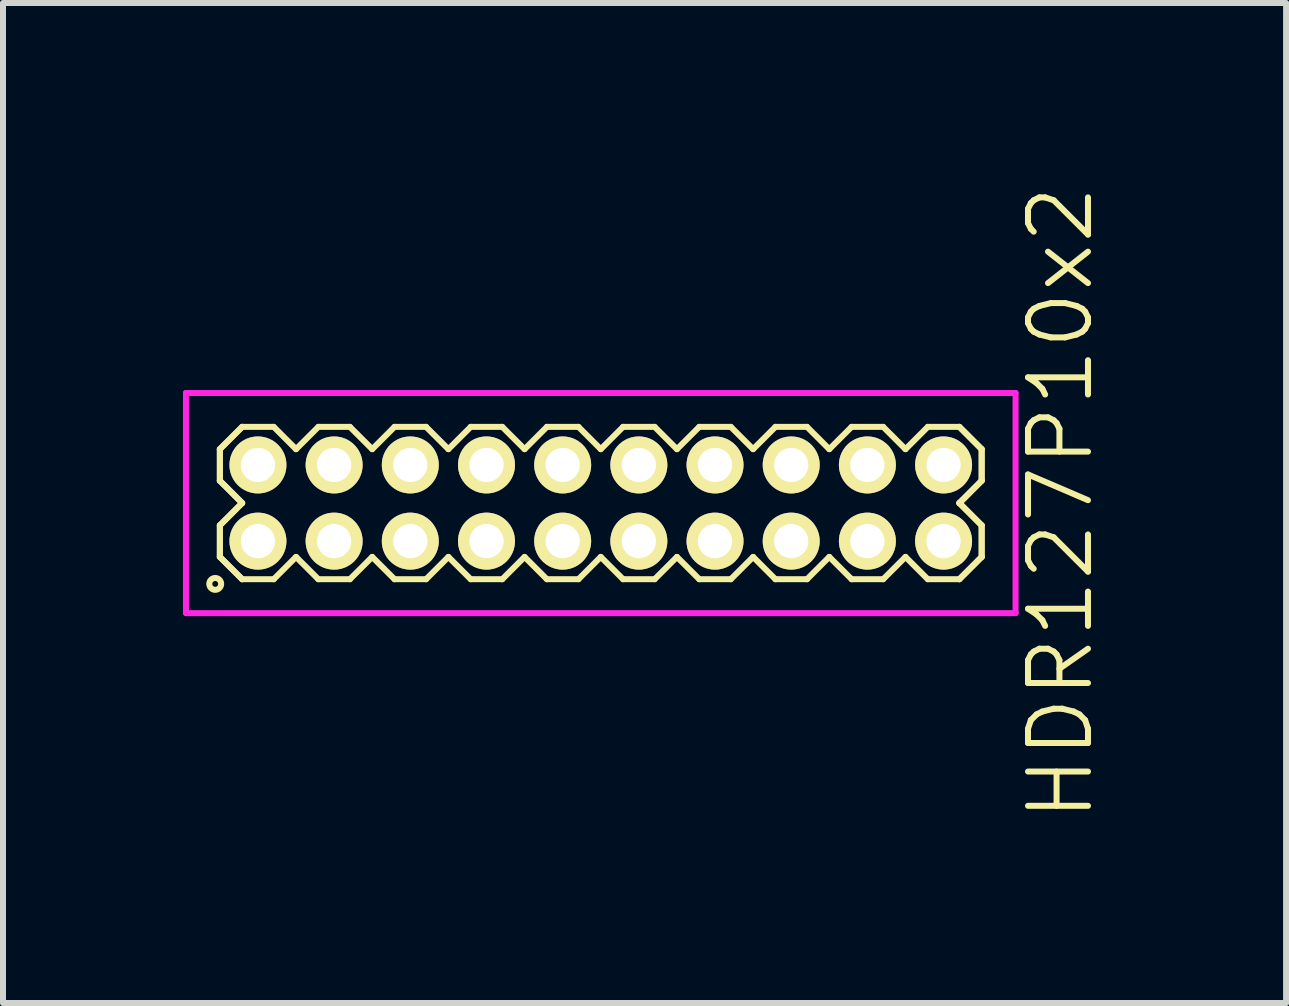
<source format=kicad_pcb>
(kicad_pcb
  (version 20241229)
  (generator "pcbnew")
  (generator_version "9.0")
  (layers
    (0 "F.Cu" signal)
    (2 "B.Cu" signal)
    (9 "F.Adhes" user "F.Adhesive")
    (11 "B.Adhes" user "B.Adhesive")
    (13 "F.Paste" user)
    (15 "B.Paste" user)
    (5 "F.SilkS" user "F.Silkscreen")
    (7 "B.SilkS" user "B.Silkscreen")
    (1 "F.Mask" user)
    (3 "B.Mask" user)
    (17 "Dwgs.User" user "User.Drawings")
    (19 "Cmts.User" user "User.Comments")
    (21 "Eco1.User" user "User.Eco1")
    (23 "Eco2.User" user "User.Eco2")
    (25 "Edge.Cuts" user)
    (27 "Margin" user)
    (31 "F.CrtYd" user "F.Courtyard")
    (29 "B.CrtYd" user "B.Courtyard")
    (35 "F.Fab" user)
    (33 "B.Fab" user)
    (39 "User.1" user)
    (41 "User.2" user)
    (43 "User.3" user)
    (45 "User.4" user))
  (footprint "HDR127P10x2"
    (layer "F.Cu")
    (at 6.965 5.336)
    (property "Reference" "HDR127P10x2" (at 7.665 0 90) (layer "F.SilkS") (effects (font (size 1 1) (thickness 0.1))))
    (attr through_hole)
    (fp_line (start -6.35 -0.898) (end -5.978 -1.27) (stroke (width 0.1) (type solid)) (layer "F.SilkS"))
    (fp_line (start -6.35 -0.898) (end -5.978 -1.27) (stroke (width 0.1) (type solid)) (layer "F.SilkS"))
    (fp_line (start -6.35 -0.372) (end -6.35 -0.898) (stroke (width 0.1) (type solid)) (layer "F.SilkS"))
    (fp_line (start -6.35 -0.372) (end -6.35 -0.898) (stroke (width 0.1) (type solid)) (layer "F.SilkS"))
    (fp_line (start -6.35 0.372) (end -5.978 0) (stroke (width 0.1) (type solid)) (layer "F.SilkS"))
    (fp_line (start -6.35 0.372) (end -5.978 0) (stroke (width 0.1) (type solid)) (layer "F.SilkS"))
    (fp_line (start -6.35 0.898) (end -6.35 0.372) (stroke (width 0.1) (type solid)) (layer "F.SilkS"))
    (fp_line (start -6.35 0.898) (end -6.35 0.372) (stroke (width 0.1) (type solid)) (layer "F.SilkS"))
    (fp_line (start -5.978 -1.27) (end -5.452 -1.27) (stroke (width 0.1) (type solid)) (layer "F.SilkS"))
    (fp_line (start -5.978 0) (end -6.35 -0.372) (stroke (width 0.1) (type solid)) (layer "F.SilkS"))
    (fp_line (start -5.978 0) (end -6.35 -0.372) (stroke (width 0.1) (type solid)) (layer "F.SilkS"))
    (fp_line (start -5.978 1.27) (end -6.35 0.898) (stroke (width 0.1) (type solid)) (layer "F.SilkS"))
    (fp_line (start -5.978 1.27) (end -6.35 0.898) (stroke (width 0.1) (type solid)) (layer "F.SilkS"))
    (fp_line (start -5.452 -1.27) (end -5.08 -0.898) (stroke (width 0.1) (type solid)) (layer "F.SilkS"))
    (fp_line (start -5.452 1.27) (end -5.978 1.27) (stroke (width 0.1) (type solid)) (layer "F.SilkS"))
    (fp_line (start -5.08 -0.898) (end -4.708 -1.27) (stroke (width 0.1) (type solid)) (layer "F.SilkS"))
    (fp_line (start -5.08 0.898) (end -5.452 1.27) (stroke (width 0.1) (type solid)) (layer "F.SilkS"))
    (fp_line (start -4.708 -1.27) (end -4.182 -1.27) (stroke (width 0.1) (type solid)) (layer "F.SilkS"))
    (fp_line (start -4.708 1.27) (end -5.08 0.898) (stroke (width 0.1) (type solid)) (layer "F.SilkS"))
    (fp_line (start -4.182 -1.27) (end -3.81 -0.898) (stroke (width 0.1) (type solid)) (layer "F.SilkS"))
    (fp_line (start -4.182 1.27) (end -4.708 1.27) (stroke (width 0.1) (type solid)) (layer "F.SilkS"))
    (fp_line (start -3.81 -0.898) (end -3.438 -1.27) (stroke (width 0.1) (type solid)) (layer "F.SilkS"))
    (fp_line (start -3.81 0.898) (end -4.182 1.27) (stroke (width 0.1) (type solid)) (layer "F.SilkS"))
    (fp_line (start -3.438 -1.27) (end -2.912 -1.27) (stroke (width 0.1) (type solid)) (layer "F.SilkS"))
    (fp_line (start -3.438 1.27) (end -3.81 0.898) (stroke (width 0.1) (type solid)) (layer "F.SilkS"))
    (fp_line (start -2.912 -1.27) (end -2.54 -0.898) (stroke (width 0.1) (type solid)) (layer "F.SilkS"))
    (fp_line (start -2.912 1.27) (end -3.438 1.27) (stroke (width 0.1) (type solid)) (layer "F.SilkS"))
    (fp_line (start -2.54 -0.898) (end -2.168 -1.27) (stroke (width 0.1) (type solid)) (layer "F.SilkS"))
    (fp_line (start -2.54 0.898) (end -2.912 1.27) (stroke (width 0.1) (type solid)) (layer "F.SilkS"))
    (fp_line (start -2.168 -1.27) (end -1.642 -1.27) (stroke (width 0.1) (type solid)) (layer "F.SilkS"))
    (fp_line (start -2.168 1.27) (end -2.54 0.898) (stroke (width 0.1) (type solid)) (layer "F.SilkS"))
    (fp_line (start -1.642 -1.27) (end -1.27 -0.898) (stroke (width 0.1) (type solid)) (layer "F.SilkS"))
    (fp_line (start -1.642 1.27) (end -2.168 1.27) (stroke (width 0.1) (type solid)) (layer "F.SilkS"))
    (fp_line (start -1.27 -0.898) (end -0.898 -1.27) (stroke (width 0.1) (type solid)) (layer "F.SilkS"))
    (fp_line (start -1.27 0.898) (end -1.642 1.27) (stroke (width 0.1) (type solid)) (layer "F.SilkS"))
    (fp_line (start -0.898 -1.27) (end -0.372 -1.27) (stroke (width 0.1) (type solid)) (layer "F.SilkS"))
    (fp_line (start -0.898 1.27) (end -1.27 0.898) (stroke (width 0.1) (type solid)) (layer "F.SilkS"))
    (fp_line (start -0.372 -1.27) (end 0 -0.898) (stroke (width 0.1) (type solid)) (layer "F.SilkS"))
    (fp_line (start -0.372 1.27) (end -0.898 1.27) (stroke (width 0.1) (type solid)) (layer "F.SilkS"))
    (fp_line (start 0 -0.898) (end 0.372 -1.27) (stroke (width 0.1) (type solid)) (layer "F.SilkS"))
    (fp_line (start 0 0.898) (end -0.372 1.27) (stroke (width 0.1) (type solid)) (layer "F.SilkS"))
    (fp_line (start 0.372 -1.27) (end 0.898 -1.27) (stroke (width 0.1) (type solid)) (layer "F.SilkS"))
    (fp_line (start 0.372 1.27) (end 0 0.898) (stroke (width 0.1) (type solid)) (layer "F.SilkS"))
    (fp_line (start 0.898 -1.27) (end 1.27 -0.898) (stroke (width 0.1) (type solid)) (layer "F.SilkS"))
    (fp_line (start 0.898 1.27) (end 0.372 1.27) (stroke (width 0.1) (type solid)) (layer "F.SilkS"))
    (fp_line (start 1.27 -0.898) (end 1.642 -1.27) (stroke (width 0.1) (type solid)) (layer "F.SilkS"))
    (fp_line (start 1.27 0.898) (end 0.898 1.27) (stroke (width 0.1) (type solid)) (layer "F.SilkS"))
    (fp_line (start 1.642 -1.27) (end 2.168 -1.27) (stroke (width 0.1) (type solid)) (layer "F.SilkS"))
    (fp_line (start 1.642 1.27) (end 1.27 0.898) (stroke (width 0.1) (type solid)) (layer "F.SilkS"))
    (fp_line (start 2.168 -1.27) (end 2.54 -0.898) (stroke (width 0.1) (type solid)) (layer "F.SilkS"))
    (fp_line (start 2.168 1.27) (end 1.642 1.27) (stroke (width 0.1) (type solid)) (layer "F.SilkS"))
    (fp_line (start 2.54 -0.898) (end 2.912 -1.27) (stroke (width 0.1) (type solid)) (layer "F.SilkS"))
    (fp_line (start 2.54 0.898) (end 2.168 1.27) (stroke (width 0.1) (type solid)) (layer "F.SilkS"))
    (fp_line (start 2.912 -1.27) (end 3.438 -1.27) (stroke (width 0.1) (type solid)) (layer "F.SilkS"))
    (fp_line (start 2.912 1.27) (end 2.54 0.898) (stroke (width 0.1) (type solid)) (layer "F.SilkS"))
    (fp_line (start 3.438 -1.27) (end 3.81 -0.898) (stroke (width 0.1) (type solid)) (layer "F.SilkS"))
    (fp_line (start 3.438 1.27) (end 2.912 1.27) (stroke (width 0.1) (type solid)) (layer "F.SilkS"))
    (fp_line (start 3.81 -0.898) (end 4.182 -1.27) (stroke (width 0.1) (type solid)) (layer "F.SilkS"))
    (fp_line (start 3.81 0.898) (end 3.438 1.27) (stroke (width 0.1) (type solid)) (layer "F.SilkS"))
    (fp_line (start 4.182 -1.27) (end 4.708 -1.27) (stroke (width 0.1) (type solid)) (layer "F.SilkS"))
    (fp_line (start 4.182 1.27) (end 3.81 0.898) (stroke (width 0.1) (type solid)) (layer "F.SilkS"))
    (fp_line (start 4.708 -1.27) (end 5.08 -0.898) (stroke (width 0.1) (type solid)) (layer "F.SilkS"))
    (fp_line (start 4.708 1.27) (end 4.182 1.27) (stroke (width 0.1) (type solid)) (layer "F.SilkS"))
    (fp_line (start 5.08 -0.898) (end 5.452 -1.27) (stroke (width 0.1) (type solid)) (layer "F.SilkS"))
    (fp_line (start 5.08 0.898) (end 4.708 1.27) (stroke (width 0.1) (type solid)) (layer "F.SilkS"))
    (fp_line (start 5.452 -1.27) (end 5.978 -1.27) (stroke (width 0.1) (type solid)) (layer "F.SilkS"))
    (fp_line (start 5.452 1.27) (end 5.08 0.898) (stroke (width 0.1) (type solid)) (layer "F.SilkS"))
    (fp_line (start 5.978 -1.27) (end 6.35 -0.898) (stroke (width 0.1) (type solid)) (layer "F.SilkS"))
    (fp_line (start 5.978 -1.27) (end 6.35 -0.898) (stroke (width 0.1) (type solid)) (layer "F.SilkS"))
    (fp_line (start 5.978 0) (end 6.35 0.372) (stroke (width 0.1) (type solid)) (layer "F.SilkS"))
    (fp_line (start 5.978 0) (end 6.35 0.372) (stroke (width 0.1) (type solid)) (layer "F.SilkS"))
    (fp_line (start 5.978 1.27) (end 5.452 1.27) (stroke (width 0.1) (type solid)) (layer "F.SilkS"))
    (fp_line (start 6.35 -0.898) (end 6.35 -0.372) (stroke (width 0.1) (type solid)) (layer "F.SilkS"))
    (fp_line (start 6.35 -0.898) (end 6.35 -0.372) (stroke (width 0.1) (type solid)) (layer "F.SilkS"))
    (fp_line (start 6.35 -0.372) (end 5.978 0) (stroke (width 0.1) (type solid)) (layer "F.SilkS"))
    (fp_line (start 6.35 -0.372) (end 5.978 0) (stroke (width 0.1) (type solid)) (layer "F.SilkS"))
    (fp_line (start 6.35 0.372) (end 6.35 0.898) (stroke (width 0.1) (type solid)) (layer "F.SilkS"))
    (fp_line (start 6.35 0.372) (end 6.35 0.898) (stroke (width 0.1) (type solid)) (layer "F.SilkS"))
    (fp_line (start 6.35 0.898) (end 5.978 1.27) (stroke (width 0.1) (type solid)) (layer "F.SilkS"))
    (fp_line (start 6.35 0.898) (end 5.978 1.27) (stroke (width 0.1) (type solid)) (layer "F.SilkS"))
    (fp_circle (center -6.427 1.348) (end -6.328 1.348) (stroke (width 0.1) (type solid)) (fill no) (layer "F.SilkS"))
    (fp_line (start -6.915 -1.835) (end -6.915 1.835) (stroke (width 0.1) (type solid)) (layer "F.CrtYd"))
    (fp_line (start -6.915 1.835) (end 6.915 1.835) (stroke (width 0.1) (type solid)) (layer "F.CrtYd"))
    (fp_line (start 6.915 -1.835) (end -6.915 -1.835) (stroke (width 0.1) (type solid)) (layer "F.CrtYd"))
    (fp_line (start 6.915 1.835) (end 6.915 -1.835) (stroke (width 0.1) (type solid)) (layer "F.CrtYd"))
    (pad "1" thru_hole oval (at -5.715 0.635) (size 0.95 0.95) (drill 0.57) (layers "*.Cu" "*.Mask" "F.SilkS"))
    (pad "2" thru_hole oval (at -5.715 -0.635) (size 0.95 0.95) (drill 0.57) (layers "*.Cu" "*.Mask" "F.SilkS"))
    (pad "3" thru_hole oval (at -4.445 0.635) (size 0.95 0.95) (drill 0.57) (layers "*.Cu" "*.Mask" "F.SilkS"))
    (pad "4" thru_hole oval (at -4.445 -0.635) (size 0.95 0.95) (drill 0.57) (layers "*.Cu" "*.Mask" "F.SilkS"))
    (pad "5" thru_hole oval (at -3.175 0.635) (size 0.95 0.95) (drill 0.57) (layers "*.Cu" "*.Mask" "F.SilkS"))
    (pad "6" thru_hole oval (at -3.175 -0.635) (size 0.95 0.95) (drill 0.57) (layers "*.Cu" "*.Mask" "F.SilkS"))
    (pad "7" thru_hole oval (at -1.905 0.635) (size 0.95 0.95) (drill 0.57) (layers "*.Cu" "*.Mask" "F.SilkS"))
    (pad "8" thru_hole oval (at -1.905 -0.635) (size 0.95 0.95) (drill 0.57) (layers "*.Cu" "*.Mask" "F.SilkS"))
    (pad "9" thru_hole oval (at -0.635 0.635) (size 0.95 0.95) (drill 0.57) (layers "*.Cu" "*.Mask" "F.SilkS"))
    (pad "10" thru_hole oval (at -0.635 -0.635) (size 0.95 0.95) (drill 0.57) (layers "*.Cu" "*.Mask" "F.SilkS"))
    (pad "11" thru_hole oval (at 0.635 0.635) (size 0.95 0.95) (drill 0.57) (layers "*.Cu" "*.Mask" "F.SilkS"))
    (pad "12" thru_hole oval (at 0.635 -0.635) (size 0.95 0.95) (drill 0.57) (layers "*.Cu" "*.Mask" "F.SilkS"))
    (pad "13" thru_hole oval (at 1.905 0.635) (size 0.95 0.95) (drill 0.57) (layers "*.Cu" "*.Mask" "F.SilkS"))
    (pad "14" thru_hole oval (at 1.905 -0.635) (size 0.95 0.95) (drill 0.57) (layers "*.Cu" "*.Mask" "F.SilkS"))
    (pad "15" thru_hole oval (at 3.175 0.635) (size 0.95 0.95) (drill 0.57) (layers "*.Cu" "*.Mask" "F.SilkS"))
    (pad "16" thru_hole oval (at 3.175 -0.635) (size 0.95 0.95) (drill 0.57) (layers "*.Cu" "*.Mask" "F.SilkS"))
    (pad "17" thru_hole oval (at 4.445 0.635) (size 0.95 0.95) (drill 0.57) (layers "*.Cu" "*.Mask" "F.SilkS"))
    (pad "18" thru_hole oval (at 4.445 -0.635) (size 0.95 0.95) (drill 0.57) (layers "*.Cu" "*.Mask" "F.SilkS"))
    (pad "19" thru_hole oval (at 5.715 0.635) (size 0.95 0.95) (drill 0.57) (layers "*.Cu" "*.Mask" "F.SilkS"))
    (pad "20" thru_hole oval (at 5.715 -0.635) (size 0.95 0.95) (drill 0.57) (layers "*.Cu" "*.Mask" "F.SilkS")))
  (gr_rect
    (start -3 -3)
    (end 18.39 13.671)
    (stroke (width 0.1) (type default))
    (fill no)
    (layer "Edge.Cuts")))
</source>
